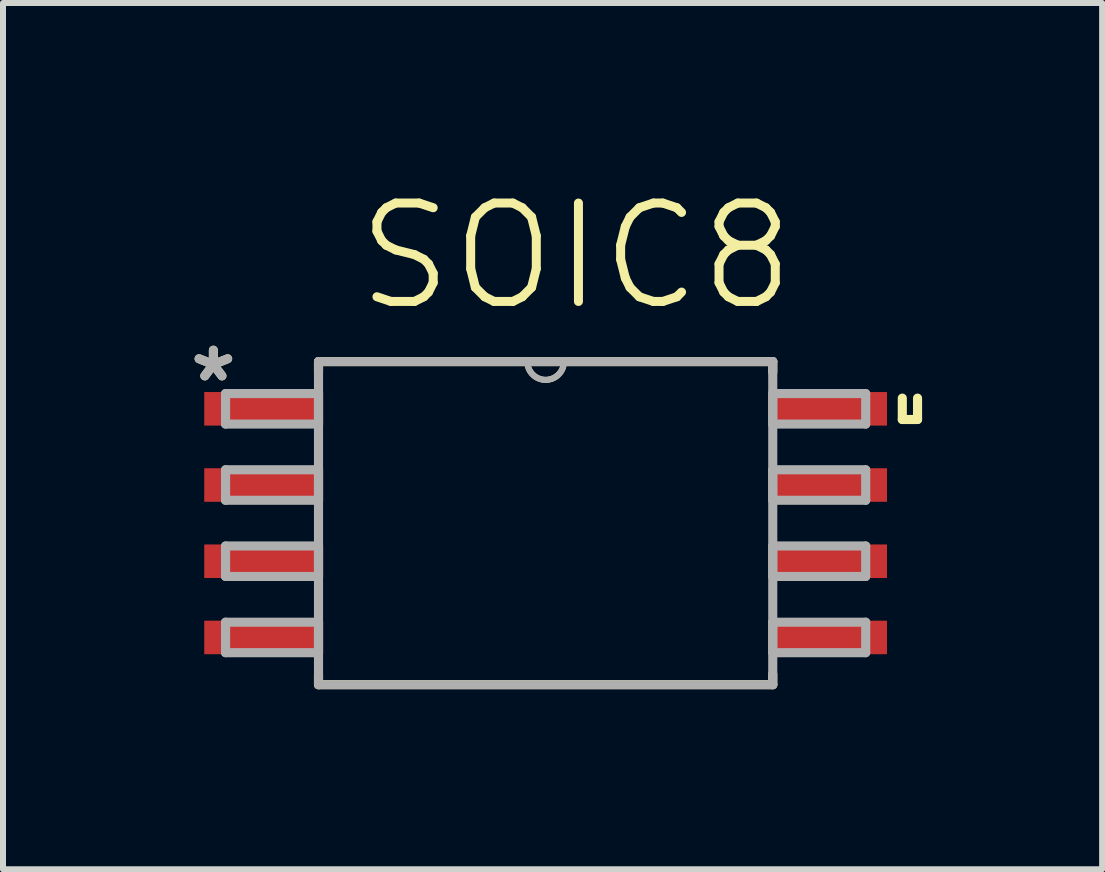
<source format=kicad_pcb>
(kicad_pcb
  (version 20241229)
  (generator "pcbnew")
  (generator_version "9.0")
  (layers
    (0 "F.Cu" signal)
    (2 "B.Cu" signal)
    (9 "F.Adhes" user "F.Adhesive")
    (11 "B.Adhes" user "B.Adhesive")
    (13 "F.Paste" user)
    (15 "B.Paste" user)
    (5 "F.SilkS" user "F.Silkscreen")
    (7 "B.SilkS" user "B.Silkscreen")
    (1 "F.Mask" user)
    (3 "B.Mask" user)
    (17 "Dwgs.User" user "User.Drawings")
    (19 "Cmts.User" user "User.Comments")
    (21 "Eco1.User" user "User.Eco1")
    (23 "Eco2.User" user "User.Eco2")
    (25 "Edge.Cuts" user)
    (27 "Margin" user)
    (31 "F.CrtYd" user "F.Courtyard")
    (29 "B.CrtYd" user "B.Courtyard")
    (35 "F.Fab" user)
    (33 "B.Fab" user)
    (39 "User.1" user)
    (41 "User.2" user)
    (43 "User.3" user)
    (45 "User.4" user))
  (footprint "SOIC8"
    (layer "F.Cu")
    (at 6.043 5.668)
    (property "Reference" "SOIC8" (at 0.508 -4.445 0) (layer "F.SilkS") (effects (font (size 1.64 1.64) (thickness 0.15))))
    (attr through_hole)
    (fp_line (start -3.785 -2.692) (end -3.785 -2.515) (stroke (width 0.152) (type solid)) (layer "F.SilkS"))
    (fp_line (start -3.785 2.515) (end -3.785 2.692) (stroke (width 0.152) (type solid)) (layer "F.SilkS"))
    (fp_line (start -3.785 2.692) (end 3.785 2.692) (stroke (width 0.152) (type solid)) (layer "F.SilkS"))
    (fp_line (start -0.305 -2.692) (end -3.785 -2.692) (stroke (width 0.152) (type solid)) (layer "F.SilkS"))
    (fp_line (start 0.305 -2.692) (end -0.305 -2.692) (stroke (width 0.152) (type solid)) (layer "F.SilkS"))
    (fp_line (start 3.785 -2.692) (end 0.305 -2.692) (stroke (width 0.152) (type solid)) (layer "F.SilkS"))
    (fp_line (start 3.785 -2.515) (end 3.785 -2.692) (stroke (width 0.152) (type solid)) (layer "F.SilkS"))
    (fp_line (start 3.785 2.692) (end 3.785 2.515) (stroke (width 0.152) (type solid)) (layer "F.SilkS"))
    (fp_line (start 5.944 -1.727) (end 5.944 -2.083) (stroke (width 0.152) (type solid)) (layer "F.SilkS"))
    (fp_line (start 6.198 -2.083) (end 6.198 -1.727) (stroke (width 0.152) (type solid)) (layer "F.SilkS"))
    (fp_line (start 6.198 -1.727) (end 5.944 -1.727) (stroke (width 0.152) (type solid)) (layer "F.SilkS"))
    (fp_arc (start 0.3048 -2.6924) (mid 0 -2.3876) (end -0.3048 -2.6924) (stroke (width 0.1) (type solid)) (layer "F.SilkS"))
    (fp_line (start -5.334 -2.159) (end -5.334 -1.651) (stroke (width 0.152) (type solid)) (layer "F.Fab"))
    (fp_line (start -5.334 -1.651) (end -3.785 -1.651) (stroke (width 0.152) (type solid)) (layer "F.Fab"))
    (fp_line (start -5.334 -0.889) (end -5.334 -0.381) (stroke (width 0.152) (type solid)) (layer "F.Fab"))
    (fp_line (start -5.334 -0.381) (end -3.785 -0.381) (stroke (width 0.152) (type solid)) (layer "F.Fab"))
    (fp_line (start -5.334 0.381) (end -5.334 0.889) (stroke (width 0.152) (type solid)) (layer "F.Fab"))
    (fp_line (start -5.334 0.889) (end -3.785 0.889) (stroke (width 0.152) (type solid)) (layer "F.Fab"))
    (fp_line (start -5.334 1.651) (end -5.334 2.159) (stroke (width 0.152) (type solid)) (layer "F.Fab"))
    (fp_line (start -5.334 2.159) (end -3.785 2.159) (stroke (width 0.152) (type solid)) (layer "F.Fab"))
    (fp_line (start -3.785 -2.692) (end -3.785 2.692) (stroke (width 0.152) (type solid)) (layer "F.Fab"))
    (fp_line (start -3.785 -2.159) (end -5.334 -2.159) (stroke (width 0.152) (type solid)) (layer "F.Fab"))
    (fp_line (start -3.785 -1.651) (end -3.785 -2.159) (stroke (width 0.152) (type solid)) (layer "F.Fab"))
    (fp_line (start -3.785 -0.889) (end -5.334 -0.889) (stroke (width 0.152) (type solid)) (layer "F.Fab"))
    (fp_line (start -3.785 -0.381) (end -3.785 -0.889) (stroke (width 0.152) (type solid)) (layer "F.Fab"))
    (fp_line (start -3.785 0.381) (end -5.334 0.381) (stroke (width 0.152) (type solid)) (layer "F.Fab"))
    (fp_line (start -3.785 0.889) (end -3.785 0.381) (stroke (width 0.152) (type solid)) (layer "F.Fab"))
    (fp_line (start -3.785 1.651) (end -5.334 1.651) (stroke (width 0.152) (type solid)) (layer "F.Fab"))
    (fp_line (start -3.785 2.159) (end -3.785 1.651) (stroke (width 0.152) (type solid)) (layer "F.Fab"))
    (fp_line (start -3.785 2.692) (end 3.785 2.692) (stroke (width 0.152) (type solid)) (layer "F.Fab"))
    (fp_line (start -0.305 -2.692) (end -3.785 -2.692) (stroke (width 0.152) (type solid)) (layer "F.Fab"))
    (fp_line (start 0.305 -2.692) (end -0.305 -2.692) (stroke (width 0.152) (type solid)) (layer "F.Fab"))
    (fp_line (start 3.785 -2.692) (end 0.305 -2.692) (stroke (width 0.152) (type solid)) (layer "F.Fab"))
    (fp_line (start 3.785 -2.159) (end 3.785 -1.651) (stroke (width 0.152) (type solid)) (layer "F.Fab"))
    (fp_line (start 3.785 -1.651) (end 5.334 -1.651) (stroke (width 0.152) (type solid)) (layer "F.Fab"))
    (fp_line (start 3.785 -0.889) (end 3.785 -0.381) (stroke (width 0.152) (type solid)) (layer "F.Fab"))
    (fp_line (start 3.785 -0.381) (end 5.334 -0.381) (stroke (width 0.152) (type solid)) (layer "F.Fab"))
    (fp_line (start 3.785 0.381) (end 3.785 0.889) (stroke (width 0.152) (type solid)) (layer "F.Fab"))
    (fp_line (start 3.785 0.889) (end 5.334 0.889) (stroke (width 0.152) (type solid)) (layer "F.Fab"))
    (fp_line (start 3.785 1.651) (end 3.785 2.159) (stroke (width 0.152) (type solid)) (layer "F.Fab"))
    (fp_line (start 3.785 2.159) (end 5.334 2.159) (stroke (width 0.152) (type solid)) (layer "F.Fab"))
    (fp_line (start 3.785 2.692) (end 3.785 -2.692) (stroke (width 0.152) (type solid)) (layer "F.Fab"))
    (fp_line (start 5.334 -2.159) (end 3.785 -2.159) (stroke (width 0.152) (type solid)) (layer "F.Fab"))
    (fp_line (start 5.334 -1.651) (end 5.334 -2.159) (stroke (width 0.152) (type solid)) (layer "F.Fab"))
    (fp_line (start 5.334 -0.889) (end 3.785 -0.889) (stroke (width 0.152) (type solid)) (layer "F.Fab"))
    (fp_line (start 5.334 -0.381) (end 5.334 -0.889) (stroke (width 0.152) (type solid)) (layer "F.Fab"))
    (fp_line (start 5.334 0.381) (end 3.785 0.381) (stroke (width 0.152) (type solid)) (layer "F.Fab"))
    (fp_line (start 5.334 0.889) (end 5.334 0.381) (stroke (width 0.152) (type solid)) (layer "F.Fab"))
    (fp_line (start 5.334 1.651) (end 3.785 1.651) (stroke (width 0.152) (type solid)) (layer "F.Fab"))
    (fp_line (start 5.334 2.159) (end 5.334 1.651) (stroke (width 0.152) (type solid)) (layer "F.Fab"))
    (fp_arc (start 0.3048 -2.6924) (mid 0 -2.3876) (end -0.3048 -2.6924) (stroke (width 0.1) (type solid)) (layer "F.Fab"))
    (fp_text user "*" (at -5.537 -2.337 0) (layer "F.SilkS") (effects (font (size 1 1) (thickness 0.15))))
    (fp_text user "*" (at -5.537 -2.337 0) (layer "F.Fab") (effects (font (size 1 1) (thickness 0.15))))
    (pad "1" smd rect (at -4.699 -1.905) (size 1.981 0.559) (layers "F.Cu" "F.Mask" "F.Paste"))
    (pad "2" smd rect (at -4.699 -0.635) (size 1.981 0.559) (layers "F.Cu" "F.Mask" "F.Paste"))
    (pad "3" smd rect (at -4.699 0.635) (size 1.981 0.559) (layers "F.Cu" "F.Mask" "F.Paste"))
    (pad "4" smd rect (at -4.699 1.905) (size 1.981 0.559) (layers "F.Cu" "F.Mask" "F.Paste"))
    (pad "5" smd rect (at 4.699 1.905) (size 1.981 0.559) (layers "F.Cu" "F.Mask" "F.Paste"))
    (pad "6" smd rect (at 4.699 0.635) (size 1.981 0.559) (layers "F.Cu" "F.Mask" "F.Paste"))
    (pad "7" smd rect (at 4.699 -0.635) (size 1.981 0.559) (layers "F.Cu" "F.Mask" "F.Paste"))
    (pad "8" smd rect (at 4.699 -1.905) (size 1.981 0.559) (layers "F.Cu" "F.Mask" "F.Paste")))
  (gr_rect
    (start -3 -3)
    (end 15.317 11.436)
    (stroke (width 0.1) (type default))
    (fill no)
    (layer "Edge.Cuts")))
</source>
